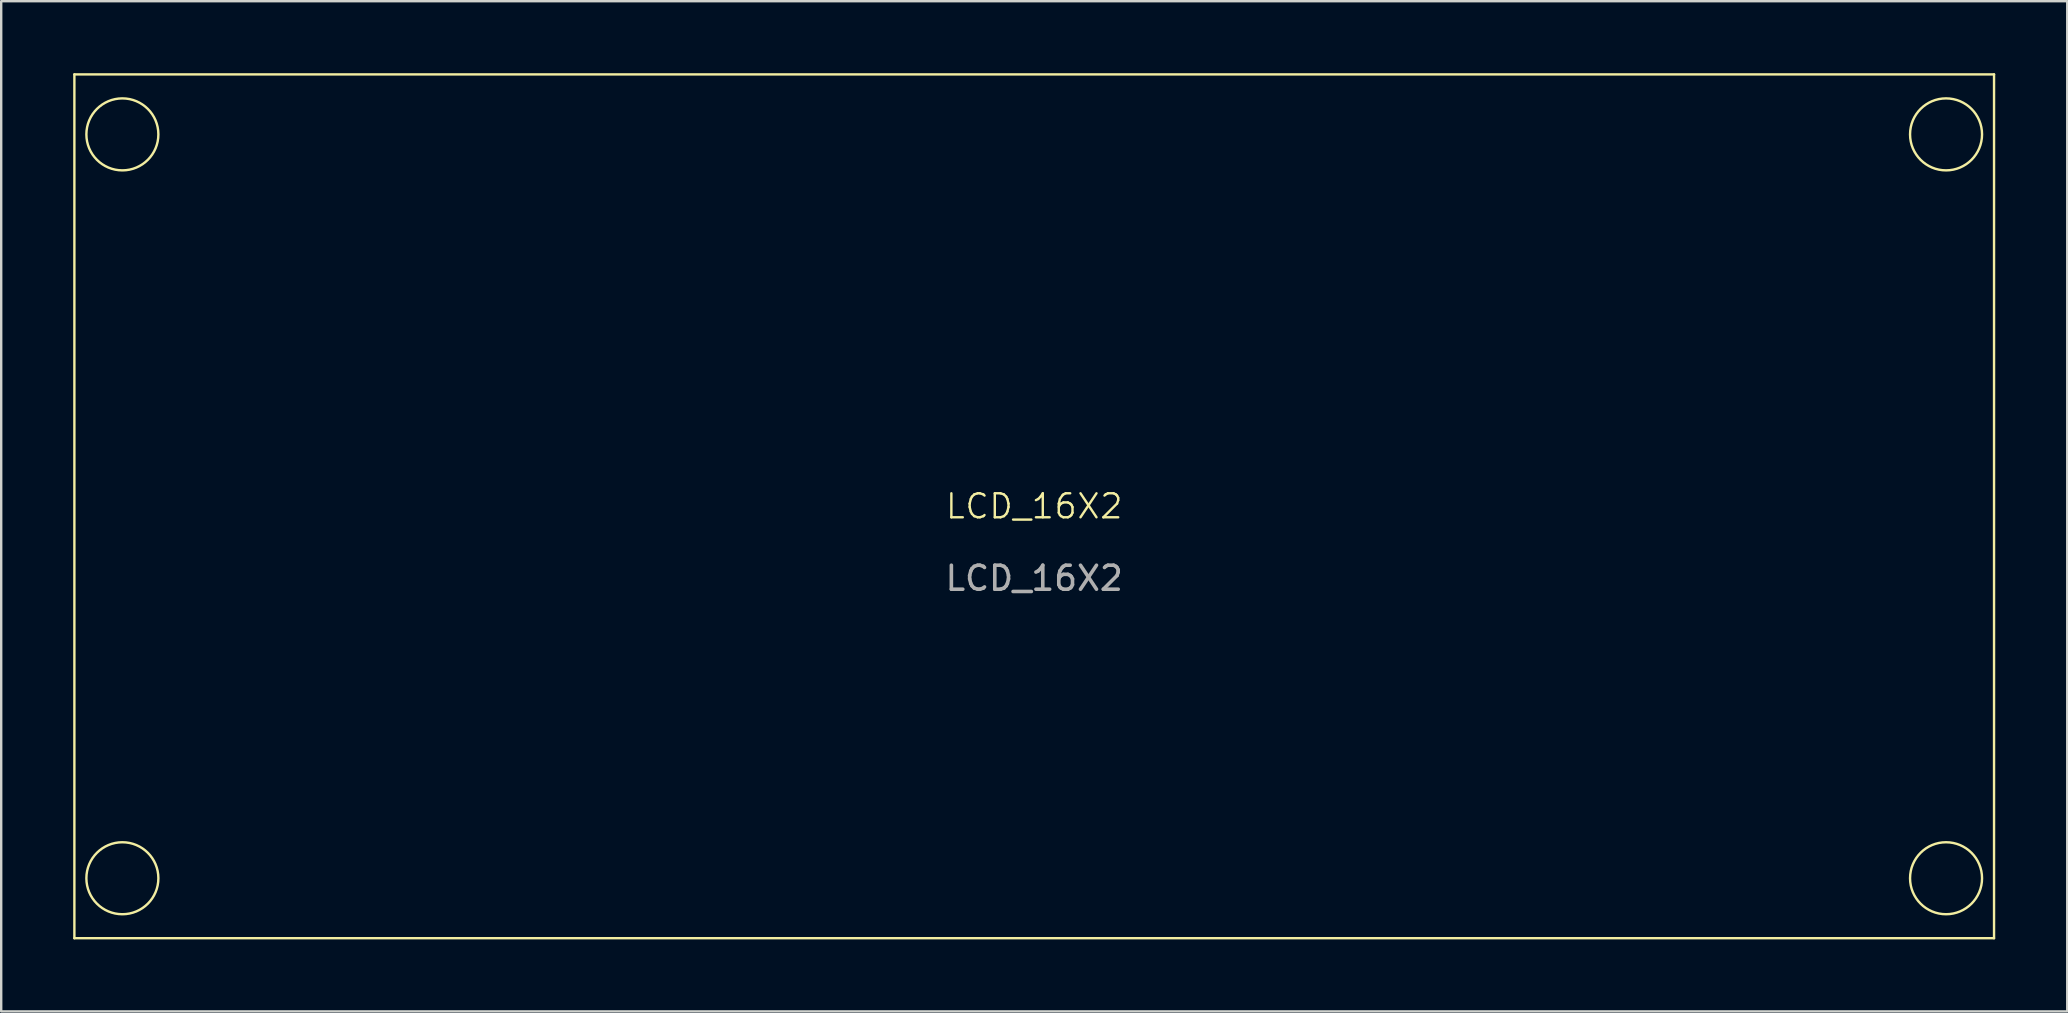
<source format=kicad_pcb>
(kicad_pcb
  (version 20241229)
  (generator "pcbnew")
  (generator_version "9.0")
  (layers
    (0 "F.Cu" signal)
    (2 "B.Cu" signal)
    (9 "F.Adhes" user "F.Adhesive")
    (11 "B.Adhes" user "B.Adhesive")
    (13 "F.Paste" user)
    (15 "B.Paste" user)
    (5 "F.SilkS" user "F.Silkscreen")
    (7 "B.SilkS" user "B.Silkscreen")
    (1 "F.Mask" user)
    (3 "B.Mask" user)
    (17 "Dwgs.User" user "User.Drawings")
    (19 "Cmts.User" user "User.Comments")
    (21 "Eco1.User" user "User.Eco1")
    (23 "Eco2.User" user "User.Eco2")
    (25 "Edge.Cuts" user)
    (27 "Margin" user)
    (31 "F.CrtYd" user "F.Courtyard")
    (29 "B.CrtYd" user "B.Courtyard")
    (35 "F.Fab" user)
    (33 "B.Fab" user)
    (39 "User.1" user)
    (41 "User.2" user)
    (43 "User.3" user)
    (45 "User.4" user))
  (footprint "LCD_16X2"
    (layer "F.Cu")
    (at 40.05 18.05)
    (property "Reference" "LCD_16X2" (at 0 0 0) (unlocked yes) (layer "F.SilkS") (effects (font (size 1 1) (thickness 0.1))))
    (attr through_hole)
    (fp_line (start -40 -18) (end -40 18) (stroke (width 0.1) (type default)) (layer "F.SilkS"))
    (fp_line (start -40 -18) (end 40 -18) (stroke (width 0.1) (type default)) (layer "F.SilkS"))
    (fp_line (start 40 18) (end -40 18) (stroke (width 0.1) (type default)) (layer "F.SilkS"))
    (fp_line (start 40 18) (end 40 -18) (stroke (width 0.1) (type default)) (layer "F.SilkS"))
    (fp_circle (center -38 -15.5) (end -38 -14) (stroke (width 0.1) (type default)) (fill no) (layer "F.SilkS"))
    (fp_circle (center -38 15.5) (end -38 17) (stroke (width 0.1) (type default)) (fill no) (layer "F.SilkS"))
    (fp_circle (center 38 -15.5) (end 38 -14) (stroke (width 0.1) (type default)) (fill no) (layer "F.SilkS"))
    (fp_circle (center 38 15.5) (end 38 17) (stroke (width 0.1) (type default)) (fill no) (layer "F.SilkS"))
    (fp_text user "${REFERENCE}" (at 0 3 0) (unlocked yes) (layer "F.Fab") (effects (font (size 1 1) (thickness 0.15)))))
  (gr_rect
    (start -3 -3)
    (end 83.1 39.1)
    (stroke (width 0.1) (type default))
    (fill no)
    (layer "Edge.Cuts")))
</source>
